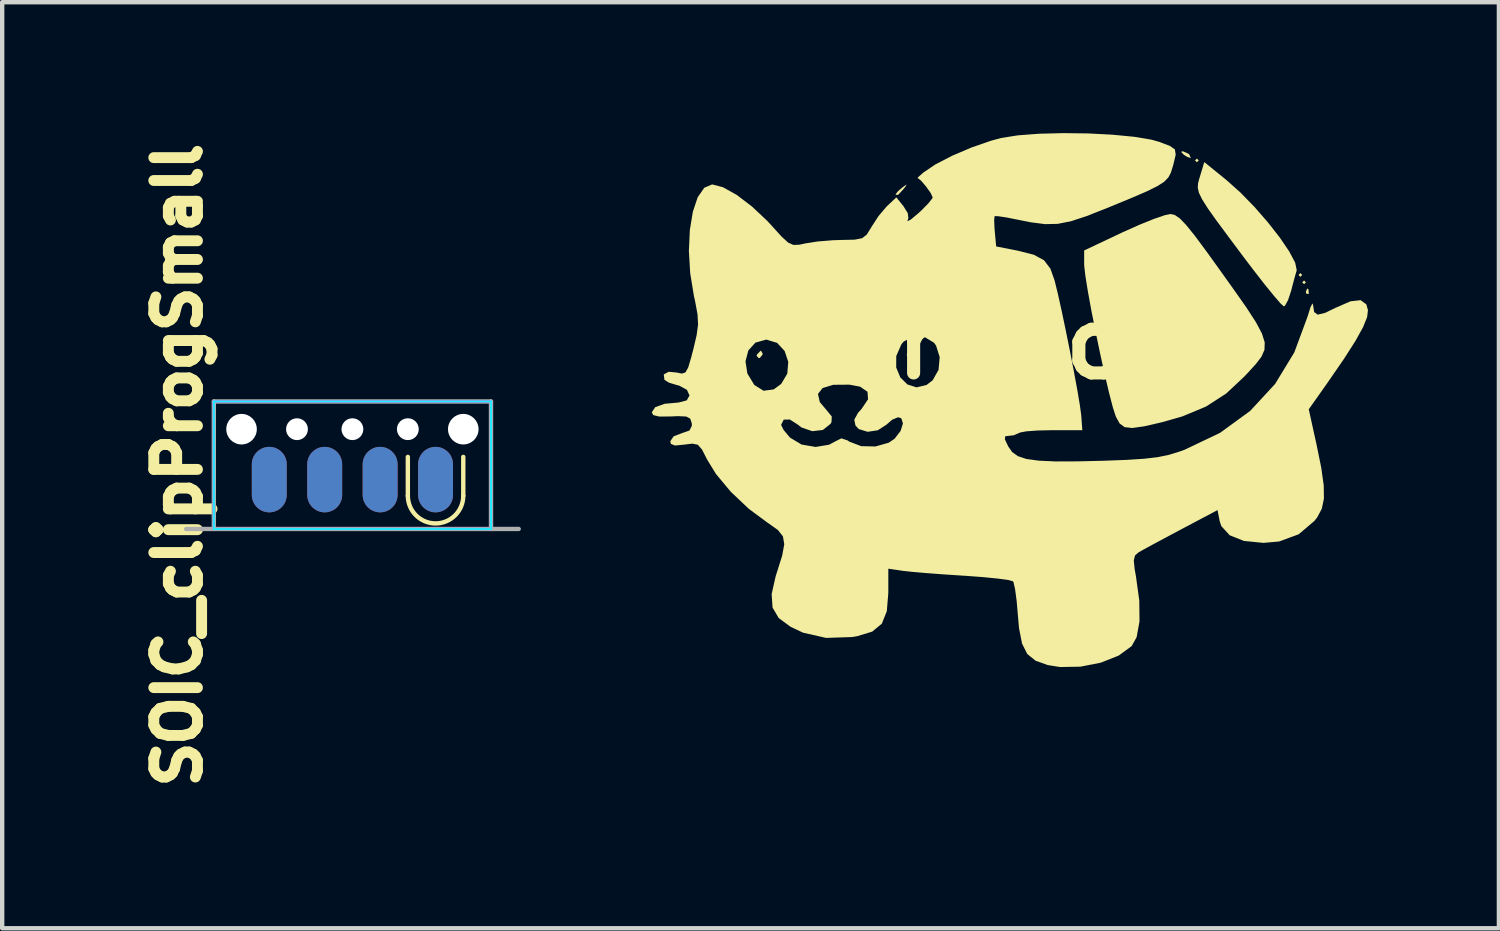
<source format=kicad_pcb>
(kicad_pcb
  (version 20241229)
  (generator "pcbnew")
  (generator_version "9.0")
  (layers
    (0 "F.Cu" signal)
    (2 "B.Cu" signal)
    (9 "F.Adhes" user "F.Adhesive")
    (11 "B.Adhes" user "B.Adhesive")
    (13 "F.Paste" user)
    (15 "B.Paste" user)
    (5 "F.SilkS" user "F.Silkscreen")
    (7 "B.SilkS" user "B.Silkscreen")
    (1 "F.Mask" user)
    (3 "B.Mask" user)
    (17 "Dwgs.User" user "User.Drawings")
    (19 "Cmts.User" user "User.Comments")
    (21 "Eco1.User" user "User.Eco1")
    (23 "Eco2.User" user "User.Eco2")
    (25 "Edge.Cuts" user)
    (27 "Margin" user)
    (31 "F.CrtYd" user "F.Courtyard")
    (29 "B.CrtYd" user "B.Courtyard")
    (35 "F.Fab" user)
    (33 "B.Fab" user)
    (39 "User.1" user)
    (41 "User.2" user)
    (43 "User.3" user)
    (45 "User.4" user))
  (footprint "SOIC_clipProgSmall"
    (layer "F.Cu")
    (at 5.024 8.688)
    (property "Reference" "SOIC_clipProgSmall" (at -4 -1.079 270) (layer "F.SilkS") (effects (font (size 1 1) (thickness 0.25))))
    (attr through_hole exclude_from_bom)
    (fp_line (start 1.27 -0.381) (end 1.27 -1.27) (stroke (width 0.1) (type solid)) (layer "F.SilkS"))
    (fp_line (start 2.54 -0.381) (end 2.54 -1.27) (stroke (width 0.1) (type solid)) (layer "F.SilkS"))
    (fp_arc (start 2.54 -0.381) (mid 1.905 0.254) (end 1.27 -0.381) (stroke (width 0.1) (type solid)) (layer "F.SilkS"))
    (fp_line (start -3.175 -2.54) (end 3.175 -2.54) (stroke (width 0.05) (type solid)) (layer "B.CrtYd"))
    (fp_line (start -3.175 0.381) (end -3.175 -2.54) (stroke (width 0.05) (type solid)) (layer "B.CrtYd"))
    (fp_line (start 3.175 -2.54) (end 3.175 0.381) (stroke (width 0.05) (type solid)) (layer "B.CrtYd"))
    (fp_line (start 3.175 0.381) (end -3.175 0.381) (stroke (width 0.05) (type solid)) (layer "B.CrtYd"))
    (fp_line (start -3.175 -2.54) (end -3.175 0.381) (stroke (width 0.05) (type solid)) (layer "F.CrtYd"))
    (fp_line (start -3.175 0.381) (end 3.175 0.381) (stroke (width 0.05) (type solid)) (layer "F.CrtYd"))
    (fp_line (start 3.175 -2.54) (end -3.175 -2.54) (stroke (width 0.05) (type solid)) (layer "F.CrtYd"))
    (fp_line (start 3.175 0.381) (end 3.175 -2.54) (stroke (width 0.05) (type solid)) (layer "F.CrtYd"))
    (fp_line (start -3.81 0.381) (end 3.81 0.381) (stroke (width 0.1) (type solid)) (layer "F.Fab"))
    (fp_line (start -3.175 -2.54) (end -3.175 0.381) (stroke (width 0.1) (type solid)) (layer "F.Fab"))
    (fp_line (start 3.175 -2.54) (end -3.175 -2.54) (stroke (width 0.1) (type solid)) (layer "F.Fab"))
    (fp_line (start 3.175 0.381) (end 3.175 -2.54) (stroke (width 0.1) (type solid)) (layer "F.Fab"))
    (pad "" np_thru_hole circle (at -2.54 -1.905) (size 0.7 0.7) (drill 0.7) (layers "*.Cu" "*.Mask"))
    (pad "" np_thru_hole circle (at -1.27 -1.905) (size 0.5 0.5) (drill 0.5) (layers "*.Cu" "*.Mask"))
    (pad "" np_thru_hole circle (at 0 -1.905) (size 0.5 0.5) (drill 0.5) (layers "*.Cu" "*.Mask"))
    (pad "" np_thru_hole circle (at 1.27 -1.905) (size 0.5 0.5) (drill 0.5) (layers "*.Cu" "*.Mask"))
    (pad "" np_thru_hole circle (at 2.54 -1.905) (size 0.7 0.7) (drill 0.7) (layers "*.Cu" "*.Mask"))
    (pad "1" smd oval (at 1.905 -0.75) (size 0.8 1.5) (layers "F.Cu" "F.Mask"))
    (pad "2" smd oval (at 0.635 -0.75) (size 0.8 1.5) (layers "F.Cu" "F.Mask"))
    (pad "3" smd oval (at -0.635 -0.75) (size 0.8 1.5) (layers "F.Cu" "F.Mask"))
    (pad "4" smd oval (at -1.905 -0.75) (size 0.8 1.5) (layers "F.Cu" "F.Mask"))
    (pad "5" smd oval (at -1.905 -0.75) (size 0.8 1.5) (layers "B.Cu" "B.Mask"))
    (pad "6" smd oval (at -0.635 -0.75) (size 0.8 1.5) (layers "B.Cu" "B.Mask"))
    (pad "7" smd oval (at 0.635 -0.75) (size 0.8 1.5) (layers "B.Cu" "B.Mask"))
    (pad "8" smd oval (at 1.905 -0.75) (size 0.8 1.5) (layers "B.Cu" "B.Mask")))
  (footprint "turtlecat"
    (layer "F.Cu")
    (at 20.096 4.816)
    (property "Reference" "turtlecat" (at 0 0 0) (layer "F.SilkS") (effects (font (size 1.5 1.5) (thickness 0.3))))
    (attr board_only exclude_from_pos_files exclude_from_bom)
    (fp_poly (pts (xy 4.318 -4.191) (xy 4.276 -4.149) (xy 4.233 -4.191) (xy 4.276 -4.233)) (stroke (width 0) (type solid)) (fill yes) (layer "F.SilkS"))
    (fp_poly (pts (xy 6.689 -1.566) (xy 6.646 -1.524) (xy 6.604 -1.566) (xy 6.646 -1.609)) (stroke (width 0) (type solid)) (fill yes) (layer "F.SilkS"))
    (fp_poly (pts (xy 6.773 -1.397) (xy 6.731 -1.355) (xy 6.689 -1.397) (xy 6.731 -1.439)) (stroke (width 0) (type solid)) (fill yes) (layer "F.SilkS"))
    (fp_poly (pts (xy -2.314 0.198) (xy -2.304 0.298) (xy -2.314 0.31) (xy -2.365 0.299) (xy -2.371 0.254) (xy -2.34 0.184)) (stroke (width 0) (type solid)) (fill yes) (layer "F.SilkS"))
    (fp_poly (pts (xy 6.83 -1.242) (xy 6.84 -1.141) (xy 6.83 -1.129) (xy 6.779 -1.141) (xy 6.773 -1.185) (xy 6.804 -1.255)) (stroke (width 0) (type solid)) (fill yes) (layer "F.SilkS"))
    (fp_poly (pts (xy 4.088 -4.341) (xy 4.106 -4.318) (xy 4.136 -4.242) (xy 4.056 -4.271) (xy 3.979 -4.318) (xy 3.914 -4.386) (xy 3.953 -4.401)) (stroke (width 0) (type solid)) (fill yes) (layer "F.SilkS"))
    (fp_poly (pts (xy -5.674 0.235) (xy -5.673 0.254) (xy -5.738 0.335) (xy -5.762 0.339) (xy -5.813 0.287) (xy -5.8 0.254) (xy -5.724 0.173) (xy -5.71 0.169)) (stroke (width 0) (type solid)) (fill yes) (layer "F.SilkS"))
    (fp_poly (pts (xy -2.397 -3.596) (xy -2.445 -3.535) (xy -2.568 -3.403) (xy -2.623 -3.404) (xy -2.625 -3.419) (xy -2.567 -3.489) (xy -2.477 -3.567) (xy -2.376 -3.64)) (stroke (width 0) (type solid)) (fill yes) (layer "F.SilkS"))
    (fp_poly (pts (xy 4.953 -3.741) (xy 5.272 -3.456) (xy 5.596 -3.124) (xy 5.905 -2.769) (xy 6.177 -2.421) (xy 6.391 -2.105) (xy 6.527 -1.848) (xy 6.563 -1.678) (xy 6.56 -1.664) (xy 6.52 -1.526) (xy 6.459 -1.297) (xy 6.436 -1.206) (xy 6.364 -0.989) (xy 6.293 -0.861) (xy 6.268 -0.847) (xy 6.195 -0.911) (xy 6.04 -1.09) (xy 5.821 -1.359) (xy 5.558 -1.698) (xy 5.353 -1.968) (xy 4.99 -2.454) (xy 4.716 -2.824) (xy 4.521 -3.099) (xy 4.394 -3.301) (xy 4.322 -3.449) (xy 4.296 -3.565) (xy 4.303 -3.67) (xy 4.333 -3.783) (xy 4.349 -3.833) (xy 4.445 -4.153)) (stroke (width 0) (type solid)) (fill yes) (layer "F.SilkS"))
    (fp_poly (pts (xy 3.769 -2.941) (xy 3.882 -2.864) (xy 4.029 -2.712) (xy 4.227 -2.467) (xy 4.49 -2.113) (xy 4.716 -1.799) (xy 5.109 -1.249) (xy 5.412 -0.818) (xy 5.629 -0.483) (xy 5.766 -0.225) (xy 5.83 -0.021) (xy 5.824 0.149) (xy 5.755 0.307) (xy 5.627 0.474) (xy 5.447 0.671) (xy 5.37 0.754) (xy 4.948 1.149) (xy 4.486 1.448) (xy 3.938 1.676) (xy 3.466 1.81) (xy 3.066 1.902) (xy 2.794 1.94) (xy 2.619 1.92) (xy 2.506 1.837) (xy 2.423 1.687) (xy 2.416 1.671) (xy 2.351 1.47) (xy 2.265 1.14) (xy 2.165 0.716) (xy 2.059 0.235) (xy 1.954 -0.268) (xy 1.857 -0.757) (xy 1.777 -1.196) (xy 1.72 -1.55) (xy 1.694 -1.782) (xy 1.693 -1.812) (xy 1.693 -2.128) (xy 2.578 -2.546) (xy 2.951 -2.713) (xy 3.286 -2.849) (xy 3.544 -2.937) (xy 3.674 -2.963)) (stroke (width 0) (type solid)) (fill yes) (layer "F.SilkS"))
    (fp_poly (pts (xy 1.785 -4.809) (xy 2.342 -4.78) (xy 2.84 -4.732) (xy 3.236 -4.666) (xy 3.408 -4.617) (xy 3.654 -4.524) (xy 3.772 -4.443) (xy 3.79 -4.32) (xy 3.738 -4.103) (xy 3.721 -4.043) (xy 3.679 -3.908) (xy 3.621 -3.799) (xy 3.525 -3.701) (xy 3.368 -3.6) (xy 3.126 -3.481) (xy 2.776 -3.33) (xy 2.296 -3.132) (xy 2.218 -3.1) (xy 1.749 -2.915) (xy 1.387 -2.796) (xy 1.085 -2.737) (xy 0.797 -2.731) (xy 0.477 -2.772) (xy 0.193 -2.828) (xy -0.082 -2.883) (xy -0.282 -2.913) (xy -0.359 -2.914) (xy -0.369 -2.821) (xy -0.36 -2.623) (xy -0.354 -2.554) (xy -0.323 -2.22) (xy 0.175 -2.122) (xy 0.538 -2.03) (xy 0.773 -1.904) (xy 0.92 -1.71) (xy 1.016 -1.439) (xy 1.086 -1.154) (xy 1.173 -0.765) (xy 1.269 -0.308) (xy 1.367 0.177) (xy 1.459 0.652) (xy 1.538 1.079) (xy 1.595 1.421) (xy 1.625 1.639) (xy 1.626 1.651) (xy 1.651 1.99) (xy 0.96 1.99) (xy 0.631 1.997) (xy 0.37 2.016) (xy 0.221 2.044) (xy 0.205 2.053) (xy 0.073 2.108) (xy -0.016 2.117) (xy -0.116 2.13) (xy -0.123 2.201) (xy -0.045 2.365) (xy 0.043 2.49) (xy 0.173 2.584) (xy 0.368 2.649) (xy 0.649 2.688) (xy 1.036 2.706) (xy 1.552 2.704) (xy 2.142 2.69) (xy 2.671 2.67) (xy 3.07 2.644) (xy 3.377 2.608) (xy 3.634 2.555) (xy 3.877 2.48) (xy 3.994 2.438) (xy 4.805 2.052) (xy 5.498 1.547) (xy 6.068 0.93) (xy 6.508 0.207) (xy 6.812 -0.615) (xy 6.812 -0.616) (xy 6.877 -0.824) (xy 6.922 -0.914) (xy 6.937 -0.882) (xy 6.962 -0.717) (xy 7.044 -0.657) (xy 7.211 -0.697) (xy 7.457 -0.816) (xy 7.796 -0.963) (xy 8.026 -0.989) (xy 8.157 -0.894) (xy 8.195 -0.761) (xy 8.176 -0.601) (xy 8.084 -0.372) (xy 7.91 -0.058) (xy 7.646 0.355) (xy 7.283 0.882) (xy 7.251 0.928) (xy 6.839 1.511) (xy 7.018 2.324) (xy 7.126 2.856) (xy 7.182 3.257) (xy 7.186 3.559) (xy 7.137 3.791) (xy 7.033 3.986) (xy 6.968 4.069) (xy 6.608 4.375) (xy 6.16 4.54) (xy 5.8 4.572) (xy 5.353 4.527) (xy 5.027 4.397) (xy 4.836 4.188) (xy 4.799 4.079) (xy 4.748 3.821) (xy 3.919 4.26) (xy 3.568 4.447) (xy 3.26 4.612) (xy 3.036 4.734) (xy 2.941 4.788) (xy 2.858 4.86) (xy 2.83 4.975) (xy 2.851 5.181) (xy 2.878 5.328) (xy 2.956 5.895) (xy 2.961 6.371) (xy 2.895 6.732) (xy 2.782 6.936) (xy 2.482 7.155) (xy 2.072 7.317) (xy 1.607 7.408) (xy 1.141 7.416) (xy 0.858 7.371) (xy 0.579 7.271) (xy 0.39 7.118) (xy 0.27 6.879) (xy 0.2 6.523) (xy 0.175 6.233) (xy 0.146 5.899) (xy 0.11 5.631) (xy 0.074 5.473) (xy 0.062 5.453) (xy -0.043 5.423) (xy -0.282 5.39) (xy -0.623 5.356) (xy -1.029 5.326) (xy -1.081 5.323) (xy -1.523 5.294) (xy -1.933 5.263) (xy -2.266 5.234) (xy -2.475 5.211) (xy -2.477 5.21) (xy -2.794 5.163) (xy -2.794 5.718) (xy -2.828 6.136) (xy -2.943 6.423) (xy -3.163 6.605) (xy -3.509 6.71) (xy -3.625 6.729) (xy -4.22 6.749) (xy -4.748 6.629) (xy -5.036 6.493) (xy -5.305 6.294) (xy -5.446 6.055) (xy -5.467 5.745) (xy -5.375 5.336) (xy -5.344 5.24) (xy -5.226 4.864) (xy -5.178 4.605) (xy -5.208 4.423) (xy -5.324 4.277) (xy -5.534 4.127) (xy -5.556 4.113) (xy -5.991 3.791) (xy -6.402 3.402) (xy -6.742 2.994) (xy -6.944 2.665) (xy -7.062 2.434) (xy -7.159 2.323) (xy -7.286 2.298) (xy -7.463 2.32) (xy -7.68 2.341) (xy -7.775 2.305) (xy -7.789 2.243) (xy -7.713 2.131) (xy -7.531 2.061) (xy -7.348 1.997) (xy -7.294 1.884) (xy -7.295 1.872) (xy -5.249 1.872) (xy -5.194 1.983) (xy -5.06 2.144) (xy -5.042 2.163) (xy -4.781 2.319) (xy -4.459 2.374) (xy -4.148 2.322) (xy -4.019 2.252) (xy -3.87 2.177) (xy -3.73 2.223) (xy -3.688 2.252) (xy -3.415 2.356) (xy -3.088 2.363) (xy -2.786 2.277) (xy -2.651 2.187) (xy -2.513 2.007) (xy -2.459 1.835) (xy -2.496 1.718) (xy -2.569 1.693) (xy -2.707 1.751) (xy -2.836 1.863) (xy -3.035 1.992) (xy -3.268 2.027) (xy -3.47 1.965) (xy -3.546 1.884) (xy -3.574 1.75) (xy -3.489 1.594) (xy -3.405 1.5) (xy -3.258 1.281) (xy -3.271 1.109) (xy -3.44 0.993) (xy -3.684 0.947) (xy -4.056 0.95) (xy -4.3 1.025) (xy -4.406 1.16) (xy -4.364 1.345) (xy -4.214 1.524) (xy -4.09 1.675) (xy -4.095 1.804) (xy -4.117 1.844) (xy -4.294 1.985) (xy -4.537 2.013) (xy -4.784 1.927) (xy -4.871 1.86) (xy -5.05 1.746) (xy -5.19 1.748) (xy -5.249 1.866) (xy -5.249 1.872) (xy -7.295 1.872) (xy -7.298 1.83) (xy -7.332 1.726) (xy -7.422 1.677) (xy -7.615 1.668) (xy -7.768 1.675) (xy -8.041 1.678) (xy -8.179 1.644) (xy -8.213 1.579) (xy -8.134 1.463) (xy -7.918 1.385) (xy -7.599 1.356) (xy -7.412 1.307) (xy -7.349 1.194) (xy -7.408 1.065) (xy -7.585 0.969) (xy -7.622 0.961) (xy -7.817 0.902) (xy -7.923 0.836) (xy -7.939 0.712) (xy -7.826 0.652) (xy -7.643 0.669) (xy -7.523 0.693) (xy -7.442 0.666) (xy -7.379 0.555) (xy -7.337 0.413) (xy -6.066 0.413) (xy -6.023 0.691) (xy -5.865 0.953) (xy -5.653 1.086) (xy -5.42 1.056) (xy -5.249 0.931) (xy -5.108 0.694) (xy -5.097 0.554) (xy -2.613 0.554) (xy -2.519 0.781) (xy -2.356 0.942) (xy -2.147 1.009) (xy -1.918 0.954) (xy -1.778 0.847) (xy -1.643 0.607) (xy -1.617 0.316) (xy -1.701 0.05) (xy -1.749 -0.015) (xy -1.967 -0.147) (xy -2.22 -0.155) (xy -2.441 -0.041) (xy -2.493 0.019) (xy -2.612 0.291) (xy -2.613 0.554) (xy -5.097 0.554) (xy -5.086 0.426) (xy -5.169 0.176) (xy -5.341 -0.01) (xy -5.586 -0.085) (xy -5.591 -0.085) (xy -5.839 -0.016) (xy -6.001 0.164) (xy -6.066 0.413) (xy -7.337 0.413) (xy -7.312 0.33) (xy -7.261 0.134) (xy -7.185 -0.19) (xy -7.153 -0.43) (xy -7.165 -0.663) (xy -7.22 -0.961) (xy -7.248 -1.086) (xy -7.333 -1.606) (xy -7.363 -2.119) (xy -7.341 -2.598) (xy -7.272 -3.016) (xy -7.161 -3.347) (xy -7.011 -3.564) (xy -6.83 -3.641) (xy -6.583 -3.577) (xy -6.268 -3.401) (xy -5.918 -3.135) (xy -5.566 -2.804) (xy -5.457 -2.686) (xy -5.239 -2.445) (xy -5.09 -2.309) (xy -4.968 -2.254) (xy -4.83 -2.26) (xy -4.697 -2.289) (xy -4.418 -2.333) (xy -4.066 -2.362) (xy -3.85 -2.369) (xy -3.564 -2.375) (xy -3.395 -2.408) (xy -3.289 -2.49) (xy -3.193 -2.644) (xy -3.183 -2.662) (xy -3.019 -2.915) (xy -2.832 -3.136) (xy -2.818 -3.149) (xy -2.61 -3.344) (xy -2.449 -3.145) (xy -2.348 -2.982) (xy -2.334 -2.87) (xy -2.359 -2.796) (xy -2.277 -2.837) (xy -2.101 -2.985) (xy -2.041 -3.04) (xy -1.879 -3.204) (xy -1.786 -3.322) (xy -1.778 -3.344) (xy -1.823 -3.443) (xy -1.927 -3.59) (xy -2.042 -3.725) (xy -2.121 -3.787) (xy -2.127 -3.786) (xy -2.097 -3.819) (xy -1.99 -3.913) (xy -1.716 -4.099) (xy -1.331 -4.298) (xy -0.888 -4.487) (xy -0.441 -4.642) (xy -0.206 -4.705) (xy 0.172 -4.765) (xy 0.658 -4.802) (xy 1.21 -4.816)) (stroke (width 0) (type solid)) (fill yes) (layer "F.SilkS")))
  (gr_rect
    (start -3 -3)
    (end 31.291 18.217)
    (stroke (width 0.1) (type default))
    (fill no)
    (layer "Edge.Cuts")))
</source>
